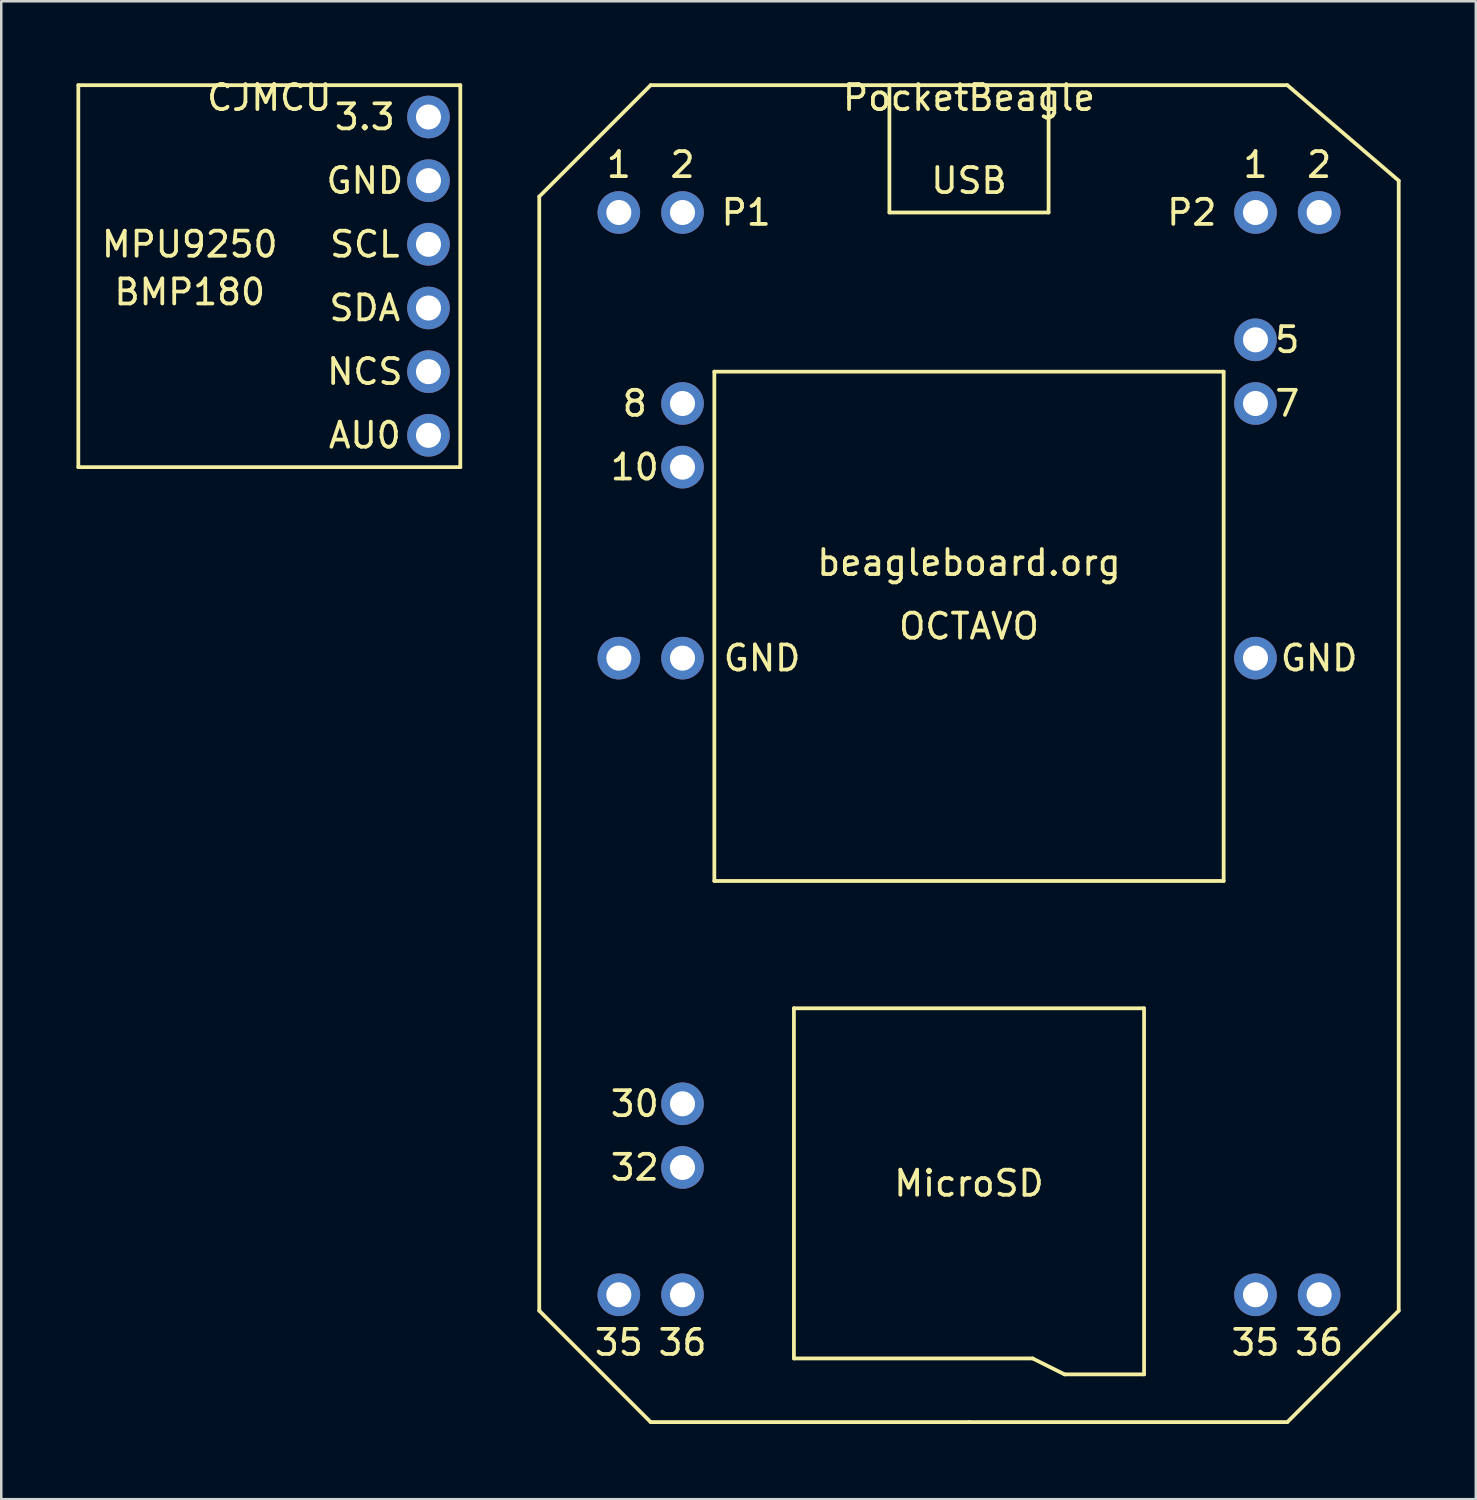
<source format=kicad_pcb>
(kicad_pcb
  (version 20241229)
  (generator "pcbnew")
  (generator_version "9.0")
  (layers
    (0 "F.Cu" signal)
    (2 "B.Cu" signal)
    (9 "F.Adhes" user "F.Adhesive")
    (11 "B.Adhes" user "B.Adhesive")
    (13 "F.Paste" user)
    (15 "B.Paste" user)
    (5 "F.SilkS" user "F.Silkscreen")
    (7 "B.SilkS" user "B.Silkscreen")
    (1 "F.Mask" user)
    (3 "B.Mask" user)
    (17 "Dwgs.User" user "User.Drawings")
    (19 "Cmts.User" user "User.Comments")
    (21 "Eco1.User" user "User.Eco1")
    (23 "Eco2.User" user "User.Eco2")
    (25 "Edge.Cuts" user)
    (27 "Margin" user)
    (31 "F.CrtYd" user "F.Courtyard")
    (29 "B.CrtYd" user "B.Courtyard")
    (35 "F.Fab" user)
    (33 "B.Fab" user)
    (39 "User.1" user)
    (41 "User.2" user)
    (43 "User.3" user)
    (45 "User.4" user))
  (footprint "CJMCU"
    (layer "F.Cu")
    (at 7.695 0.348)
    (property "Reference" "CJMCU" (at 0 0.5 0) (layer "F.SilkS") (effects (font (size 1 1) (thickness 0.15))))
    (attr through_hole)
    (fp_line (start -7.62 0) (end -7.62 15.24) (stroke (width 0.15) (type solid)) (layer "F.SilkS"))
    (fp_line (start -7.62 15.24) (end 7.62 15.24) (stroke (width 0.15) (type solid)) (layer "F.SilkS"))
    (fp_line (start 7.62 0) (end -7.62 0) (stroke (width 0.15) (type solid)) (layer "F.SilkS"))
    (fp_line (start 7.62 15.24) (end 7.62 0) (stroke (width 0.15) (type solid)) (layer "F.SilkS"))
    (fp_text user "SDA" (at 3.81 8.89 0) (layer "F.SilkS") (effects (font (size 1 1) (thickness 0.15))))
    (fp_text user "MPU9250" (at -3.175 6.35 0) (layer "F.SilkS") (effects (font (size 1 1) (thickness 0.15))))
    (fp_text user "SCL" (at 3.81 6.35 0) (layer "F.SilkS") (effects (font (size 1 1) (thickness 0.15))))
    (fp_text user "3.3" (at 3.81 1.27 0) (layer "F.SilkS") (effects (font (size 1 1) (thickness 0.15))))
    (fp_text user "BMP180" (at -3.175 8.255 0) (layer "F.SilkS") (effects (font (size 1 1) (thickness 0.15))))
    (fp_text user "GND" (at 3.81 3.81 0) (layer "F.SilkS") (effects (font (size 1 1) (thickness 0.15))))
    (fp_text user "AU0" (at 3.81 13.97 0) (layer "F.SilkS") (effects (font (size 1 1) (thickness 0.15))))
    (fp_text user "NCS" (at 3.81 11.43 0) (layer "F.SilkS") (effects (font (size 1 1) (thickness 0.15))))
    (pad "1" thru_hole circle (at 6.35 1.27) (size 1.7 1.7) (drill 1) (layers "*.Cu" "*.Mask"))
    (pad "2" thru_hole circle (at 6.35 3.81) (size 1.7 1.7) (drill 1) (layers "*.Cu" "*.Mask"))
    (pad "3" thru_hole circle (at 6.35 6.35) (size 1.7 1.7) (drill 1) (layers "*.Cu" "*.Mask"))
    (pad "4" thru_hole circle (at 6.35 8.89) (size 1.7 1.7) (drill 1) (layers "*.Cu" "*.Mask"))
    (pad "5" thru_hole circle (at 6.35 11.43) (size 1.7 1.7) (drill 1) (layers "*.Cu" "*.Mask"))
    (pad "6" thru_hole circle (at 6.35 13.97) (size 1.7 1.7) (drill 1) (layers "*.Cu" "*.Mask")))
  (footprint "PocketBeagle"
    (layer "F.Cu")
    (at 35.61 0.348)
    (property "Reference" "PocketBeagle" (at 0 0.5 0) (layer "F.SilkS") (effects (font (size 1 1) (thickness 0.15))))
    (attr through_hole)
    (fp_line (start -17.145 48.895) (end -17.145 4.445) (stroke (width 0.15) (type solid)) (layer "F.SilkS"))
    (fp_line (start -12.7 0) (end -17.145 4.445) (stroke (width 0.15) (type solid)) (layer "F.SilkS"))
    (fp_line (start -12.7 53.34) (end -17.145 48.895) (stroke (width 0.15) (type solid)) (layer "F.SilkS"))
    (fp_line (start -10.16 11.43) (end -10.16 31.75) (stroke (width 0.15) (type solid)) (layer "F.SilkS"))
    (fp_line (start -10.16 31.75) (end 10.16 31.75) (stroke (width 0.15) (type solid)) (layer "F.SilkS"))
    (fp_line (start -6.985 36.83) (end 6.985 36.83) (stroke (width 0.15) (type solid)) (layer "F.SilkS"))
    (fp_line (start -6.985 50.8) (end -6.985 36.83) (stroke (width 0.15) (type solid)) (layer "F.SilkS"))
    (fp_line (start -3.175 0) (end -3.175 5.08) (stroke (width 0.15) (type solid)) (layer "F.SilkS"))
    (fp_line (start -3.175 5.08) (end 3.175 5.08) (stroke (width 0.15) (type solid)) (layer "F.SilkS"))
    (fp_line (start 0 0) (end -12.7 0) (stroke (width 0.15) (type solid)) (layer "F.SilkS"))
    (fp_line (start 0 0) (end 12.7 0) (stroke (width 0.15) (type solid)) (layer "F.SilkS"))
    (fp_line (start 0 53.34) (end -12.7 53.34) (stroke (width 0.15) (type solid)) (layer "F.SilkS"))
    (fp_line (start 2.54 50.8) (end -6.985 50.8) (stroke (width 0.15) (type solid)) (layer "F.SilkS"))
    (fp_line (start 3.175 5.08) (end 3.175 0) (stroke (width 0.15) (type solid)) (layer "F.SilkS"))
    (fp_line (start 3.81 51.435) (end 2.54 50.8) (stroke (width 0.15) (type solid)) (layer "F.SilkS"))
    (fp_line (start 6.985 36.83) (end 6.985 51.435) (stroke (width 0.15) (type solid)) (layer "F.SilkS"))
    (fp_line (start 6.985 51.435) (end 3.81 51.435) (stroke (width 0.15) (type solid)) (layer "F.SilkS"))
    (fp_line (start 10.16 11.43) (end -10.16 11.43) (stroke (width 0.15) (type solid)) (layer "F.SilkS"))
    (fp_line (start 10.16 31.75) (end 10.16 11.43) (stroke (width 0.15) (type solid)) (layer "F.SilkS"))
    (fp_line (start 12.7 0) (end 17.145 3.81) (stroke (width 0.15) (type solid)) (layer "F.SilkS"))
    (fp_line (start 12.7 53.34) (end 0 53.34) (stroke (width 0.15) (type solid)) (layer "F.SilkS"))
    (fp_line (start 17.145 3.81) (end 17.145 48.895) (stroke (width 0.15) (type solid)) (layer "F.SilkS"))
    (fp_line (start 17.145 48.895) (end 12.7 53.34) (stroke (width 0.15) (type solid)) (layer "F.SilkS"))
    (fp_text user "P1" (at -8.89 5.08 0) (layer "F.SilkS") (effects (font (size 1 1) (thickness 0.15))))
    (fp_text user "32" (at -13.335 43.18 0) (layer "F.SilkS") (effects (font (size 1 1) (thickness 0.15))))
    (fp_text user "7" (at 12.7 12.7 0) (layer "F.SilkS") (effects (font (size 1 1) (thickness 0.15))))
    (fp_text user "30" (at -13.335 40.64 0) (layer "F.SilkS") (effects (font (size 1 1) (thickness 0.15))))
    (fp_text user "8" (at -13.335 12.7 0) (layer "F.SilkS") (effects (font (size 1 1) (thickness 0.15))))
    (fp_text user "GND" (at 13.97 22.86 0) (layer "F.SilkS") (effects (font (size 1 1) (thickness 0.15))))
    (fp_text user "36" (at -11.43 50.165 0) (layer "F.SilkS") (effects (font (size 1 1) (thickness 0.15))))
    (fp_text user "GND" (at -8.255 22.86 0) (layer "F.SilkS") (effects (font (size 1 1) (thickness 0.15))))
    (fp_text user "2" (at 13.97 3.175 0) (layer "F.SilkS") (effects (font (size 1 1) (thickness 0.15))))
    (fp_text user "35" (at -13.97 50.165 0) (layer "F.SilkS") (effects (font (size 1 1) (thickness 0.15))))
    (fp_text user "36" (at 13.97 50.165 0) (layer "F.SilkS") (effects (font (size 1 1) (thickness 0.15))))
    (fp_text user "10" (at -13.335 15.24 0) (layer "F.SilkS") (effects (font (size 1 1) (thickness 0.15))))
    (fp_text user "MicroSD" (at 0 43.815 0) (layer "F.SilkS") (effects (font (size 1 1) (thickness 0.15))))
    (fp_text user "beagleboard.org" (at 0 19.05 0) (layer "F.SilkS") (effects (font (size 1 1) (thickness 0.15))))
    (fp_text user "1" (at 11.43 3.175 0) (layer "F.SilkS") (effects (font (size 1 1) (thickness 0.15))))
    (fp_text user "2" (at -11.43 3.175 0) (layer "F.SilkS") (effects (font (size 1 1) (thickness 0.15))))
    (fp_text user "5" (at 12.7 10.16 0) (layer "F.SilkS") (effects (font (size 1 1) (thickness 0.15))))
    (fp_text user "USB" (at 0 3.81 0) (layer "F.SilkS") (effects (font (size 1 1) (thickness 0.15))))
    (fp_text user "1" (at -13.97 3.175 0) (layer "F.SilkS") (effects (font (size 1 1) (thickness 0.15))))
    (fp_text user "OCTAVO" (at 0 21.59 0) (layer "F.SilkS") (effects (font (size 1 1) (thickness 0.15))))
    (fp_text user "P2" (at 8.89 5.08 0) (layer "F.SilkS") (effects (font (size 1 1) (thickness 0.15))))
    (fp_text user "35" (at 11.43 50.165 0) (layer "F.SilkS") (effects (font (size 1 1) (thickness 0.15))))
    (pad "1" thru_hole circle (at -13.97 5.08) (size 1.7 1.7) (drill 1) (layers "*.Cu" "*.Mask"))
    (pad "2" thru_hole circle (at -11.43 5.08) (size 1.7 1.7) (drill 1) (layers "*.Cu" "*.Mask"))
    (pad "8" thru_hole circle (at -11.43 12.7) (size 1.7 1.7) (drill 1) (layers "*.Cu" "*.Mask"))
    (pad "10" thru_hole circle (at -11.43 15.24) (size 1.7 1.7) (drill 1) (layers "*.Cu" "*.Mask"))
    (pad "15" thru_hole circle (at -13.97 22.86) (size 1.7 1.7) (drill 1) (layers "*.Cu" "*.Mask"))
    (pad "16" thru_hole circle (at -11.43 22.86) (size 1.7 1.7) (drill 1) (layers "*.Cu" "*.Mask"))
    (pad "30" thru_hole circle (at -11.43 40.64) (size 1.7 1.7) (drill 1) (layers "*.Cu" "*.Mask"))
    (pad "32" thru_hole circle (at -11.43 43.18) (size 1.7 1.7) (drill 1) (layers "*.Cu" "*.Mask"))
    (pad "35" thru_hole circle (at -13.97 48.26) (size 1.7 1.7) (drill 1) (layers "*.Cu" "*.Mask"))
    (pad "36" thru_hole circle (at -11.43 48.26) (size 1.7 1.7) (drill 1) (layers "*.Cu" "*.Mask"))
    (pad "37" thru_hole circle (at 11.43 5.08) (size 1.7 1.7) (drill 1) (layers "*.Cu" "*.Mask"))
    (pad "38" thru_hole circle (at 13.97 5.08) (size 1.7 1.7) (drill 1) (layers "*.Cu" "*.Mask"))
    (pad "41" thru_hole circle (at 11.43 10.16) (size 1.7 1.7) (drill 1) (layers "*.Cu" "*.Mask"))
    (pad "43" thru_hole circle (at 11.43 12.7) (size 1.7 1.7) (drill 1) (layers "*.Cu" "*.Mask"))
    (pad "51" thru_hole circle (at 11.43 22.86) (size 1.7 1.7) (drill 1) (layers "*.Cu" "*.Mask"))
    (pad "71" thru_hole circle (at 11.43 48.26) (size 1.7 1.7) (drill 1) (layers "*.Cu" "*.Mask"))
    (pad "72" thru_hole circle (at 13.97 48.26) (size 1.7 1.7) (drill 1) (layers "*.Cu" "*.Mask")))
  (gr_rect
    (start -3 -3)
    (end 55.83 56.763)
    (stroke (width 0.1) (type default))
    (fill no)
    (layer "Edge.Cuts")))
</source>
